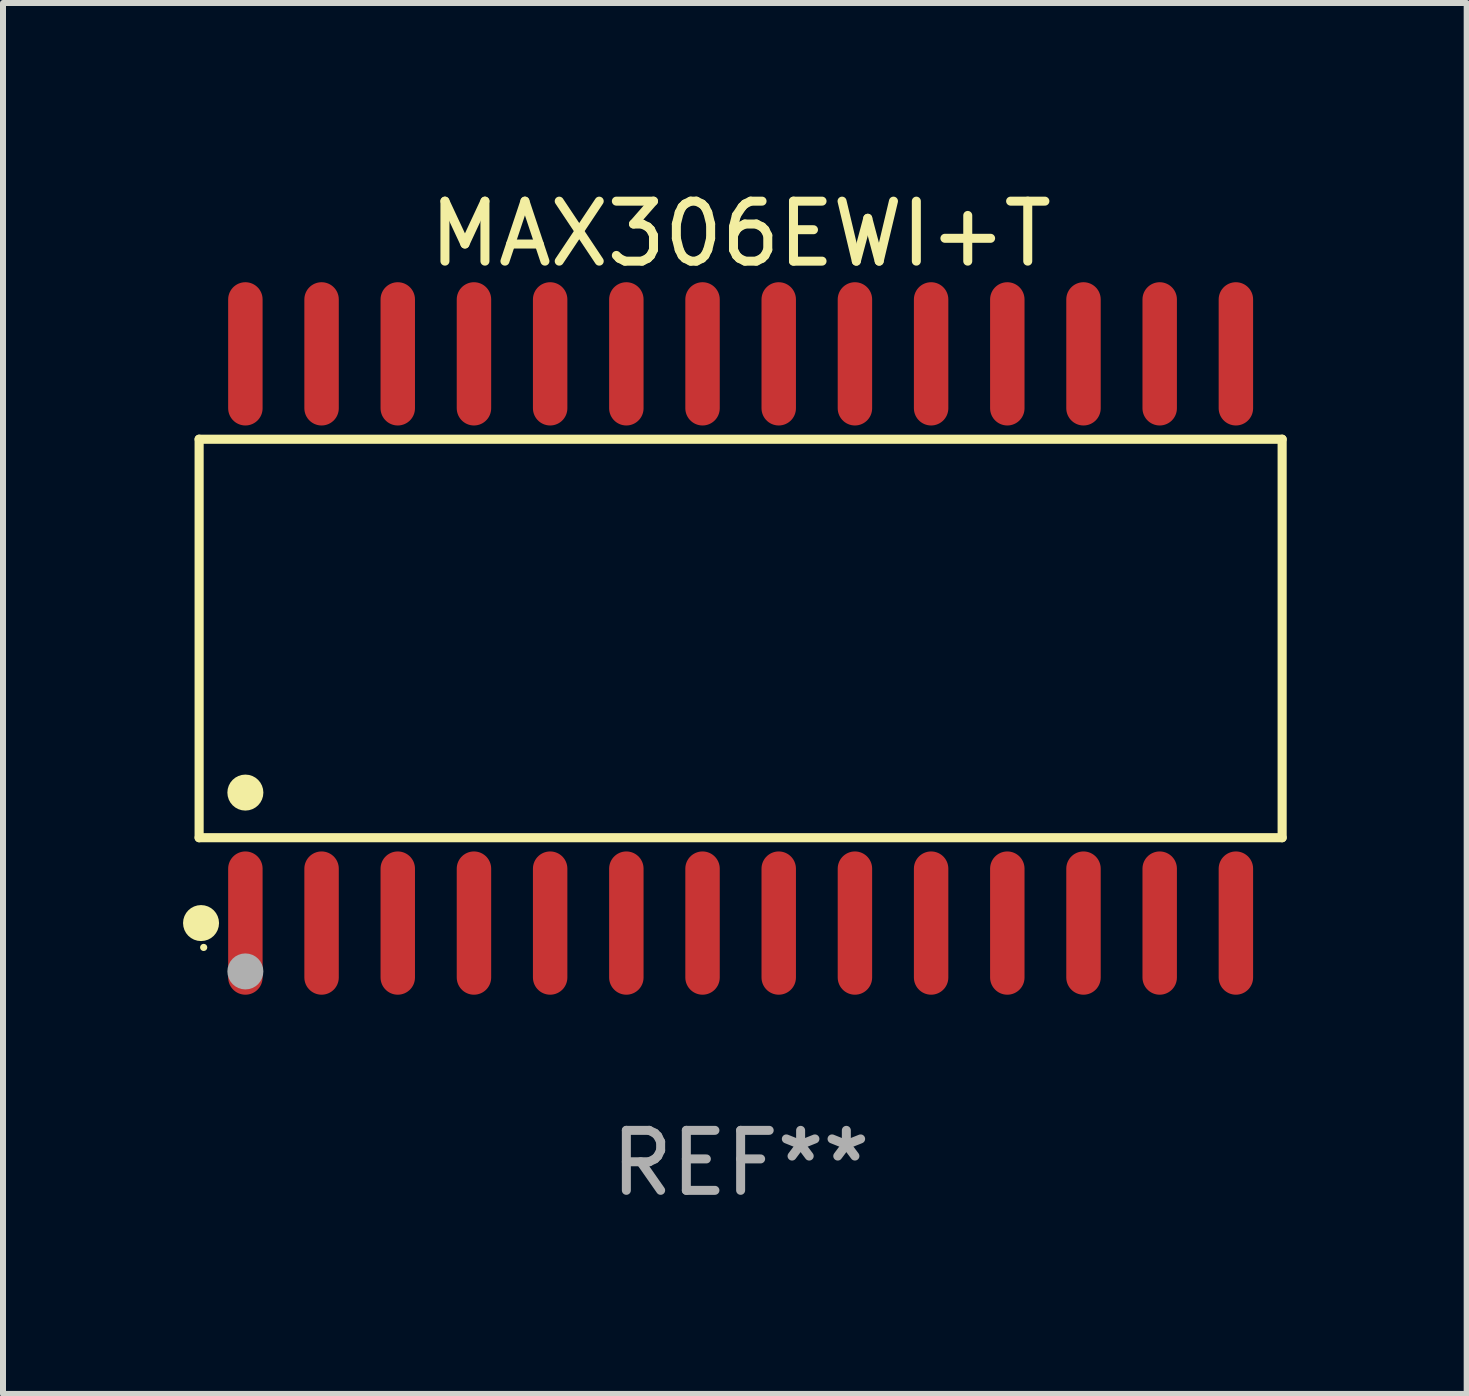
<source format=kicad_pcb>
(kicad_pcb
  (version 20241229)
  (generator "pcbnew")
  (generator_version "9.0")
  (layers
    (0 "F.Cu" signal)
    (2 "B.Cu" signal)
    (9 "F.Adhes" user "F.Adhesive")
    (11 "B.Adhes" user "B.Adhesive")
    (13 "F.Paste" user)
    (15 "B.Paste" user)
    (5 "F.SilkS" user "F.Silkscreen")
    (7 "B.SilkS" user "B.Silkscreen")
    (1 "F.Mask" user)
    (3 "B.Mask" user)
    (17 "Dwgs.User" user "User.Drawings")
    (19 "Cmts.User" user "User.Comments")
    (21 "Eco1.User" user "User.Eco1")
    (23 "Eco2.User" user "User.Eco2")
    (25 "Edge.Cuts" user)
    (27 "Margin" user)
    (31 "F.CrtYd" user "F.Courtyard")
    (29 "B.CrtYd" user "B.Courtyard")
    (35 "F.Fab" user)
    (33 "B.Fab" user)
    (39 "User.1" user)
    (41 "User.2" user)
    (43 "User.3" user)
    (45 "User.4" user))
  (footprint "MAX306EWI+T"
    (layer "F.Cu")
    (at 9.295 7.592)
    (property "Reference" "MAX306EWI+T" (at 0 -6.744 0) (layer "F.SilkS") (effects (font (size 1 1) (thickness 0.15))))
    (attr through_hole)
    (fp_line (start -9.026 -3.321) (end 9.026 -3.321) (stroke (width 0.152) (type solid)) (layer "F.SilkS"))
    (fp_line (start -9.026 3.321) (end -9.026 -3.321) (stroke (width 0.152) (type solid)) (layer "F.SilkS"))
    (fp_line (start 9.026 -3.321) (end 9.026 3.321) (stroke (width 0.152) (type solid)) (layer "F.SilkS"))
    (fp_line (start 9.026 3.321) (end -9.026 3.321) (stroke (width 0.152) (type solid)) (layer "F.SilkS"))
    (fp_circle (center -8.994 4.744) (end -8.844 4.744) (stroke (width 0.3) (type solid)) (fill no) (layer "F.SilkS"))
    (fp_circle (center -8.95 5.15) (end -8.92 5.15) (stroke (width 0.06) (type solid)) (fill no) (layer "F.SilkS"))
    (fp_circle (center -8.255 2.569) (end -8.105 2.569) (stroke (width 0.3) (type solid)) (fill no) (layer "F.SilkS"))
    (fp_circle (center -8.255 5.55) (end -8.105 5.55) (stroke (width 0.3) (type solid)) (fill no) (layer "F.Fab"))
    (fp_text user "REF**" (at 0 8.744 0) (layer "F.Fab") (effects (font (size 1 1) (thickness 0.15))))
    (pad "1" smd oval (at -8.255 4.744) (size 0.574 2.388) (layers "F.Cu" "F.Mask" "F.Paste"))
    (pad "2" smd oval (at -6.985 4.744) (size 0.574 2.388) (layers "F.Cu" "F.Mask" "F.Paste"))
    (pad "3" smd oval (at -5.715 4.744) (size 0.574 2.388) (layers "F.Cu" "F.Mask" "F.Paste"))
    (pad "4" smd oval (at -4.445 4.744) (size 0.574 2.388) (layers "F.Cu" "F.Mask" "F.Paste"))
    (pad "5" smd oval (at -3.175 4.744) (size 0.574 2.388) (layers "F.Cu" "F.Mask" "F.Paste"))
    (pad "6" smd oval (at -1.905 4.744) (size 0.574 2.388) (layers "F.Cu" "F.Mask" "F.Paste"))
    (pad "7" smd oval (at -0.635 4.744) (size 0.574 2.388) (layers "F.Cu" "F.Mask" "F.Paste"))
    (pad "8" smd oval (at 0.635 4.744) (size 0.574 2.388) (layers "F.Cu" "F.Mask" "F.Paste"))
    (pad "9" smd oval (at 1.905 4.744) (size 0.574 2.388) (layers "F.Cu" "F.Mask" "F.Paste"))
    (pad "10" smd oval (at 3.175 4.744) (size 0.574 2.388) (layers "F.Cu" "F.Mask" "F.Paste"))
    (pad "11" smd oval (at 4.445 4.744) (size 0.574 2.388) (layers "F.Cu" "F.Mask" "F.Paste"))
    (pad "12" smd oval (at 5.715 4.744) (size 0.574 2.388) (layers "F.Cu" "F.Mask" "F.Paste"))
    (pad "13" smd oval (at 6.985 4.744) (size 0.574 2.388) (layers "F.Cu" "F.Mask" "F.Paste"))
    (pad "14" smd oval (at 8.255 4.744) (size 0.574 2.388) (layers "F.Cu" "F.Mask" "F.Paste"))
    (pad "15" smd oval (at 8.255 -4.744) (size 0.574 2.388) (layers "F.Cu" "F.Mask" "F.Paste"))
    (pad "16" smd oval (at 6.985 -4.744) (size 0.574 2.388) (layers "F.Cu" "F.Mask" "F.Paste"))
    (pad "17" smd oval (at 5.715 -4.744) (size 0.574 2.388) (layers "F.Cu" "F.Mask" "F.Paste"))
    (pad "18" smd oval (at 4.445 -4.744) (size 0.574 2.388) (layers "F.Cu" "F.Mask" "F.Paste"))
    (pad "19" smd oval (at 3.175 -4.744) (size 0.574 2.388) (layers "F.Cu" "F.Mask" "F.Paste"))
    (pad "20" smd oval (at 1.905 -4.744) (size 0.574 2.388) (layers "F.Cu" "F.Mask" "F.Paste"))
    (pad "21" smd oval (at 0.635 -4.744) (size 0.574 2.388) (layers "F.Cu" "F.Mask" "F.Paste"))
    (pad "22" smd oval (at -0.635 -4.744) (size 0.574 2.388) (layers "F.Cu" "F.Mask" "F.Paste"))
    (pad "23" smd oval (at -1.905 -4.744) (size 0.574 2.388) (layers "F.Cu" "F.Mask" "F.Paste"))
    (pad "24" smd oval (at -3.175 -4.744) (size 0.574 2.388) (layers "F.Cu" "F.Mask" "F.Paste"))
    (pad "25" smd oval (at -4.445 -4.744) (size 0.574 2.388) (layers "F.Cu" "F.Mask" "F.Paste"))
    (pad "26" smd oval (at -5.715 -4.744) (size 0.574 2.388) (layers "F.Cu" "F.Mask" "F.Paste"))
    (pad "27" smd oval (at -6.985 -4.744) (size 0.574 2.388) (layers "F.Cu" "F.Mask" "F.Paste"))
    (pad "28" smd oval (at -8.255 -4.744) (size 0.574 2.388) (layers "F.Cu" "F.Mask" "F.Paste")))
  (gr_rect
    (start -3 -3)
    (end 21.397 20.184)
    (stroke (width 0.1) (type default))
    (fill no)
    (layer "Edge.Cuts")))
</source>
